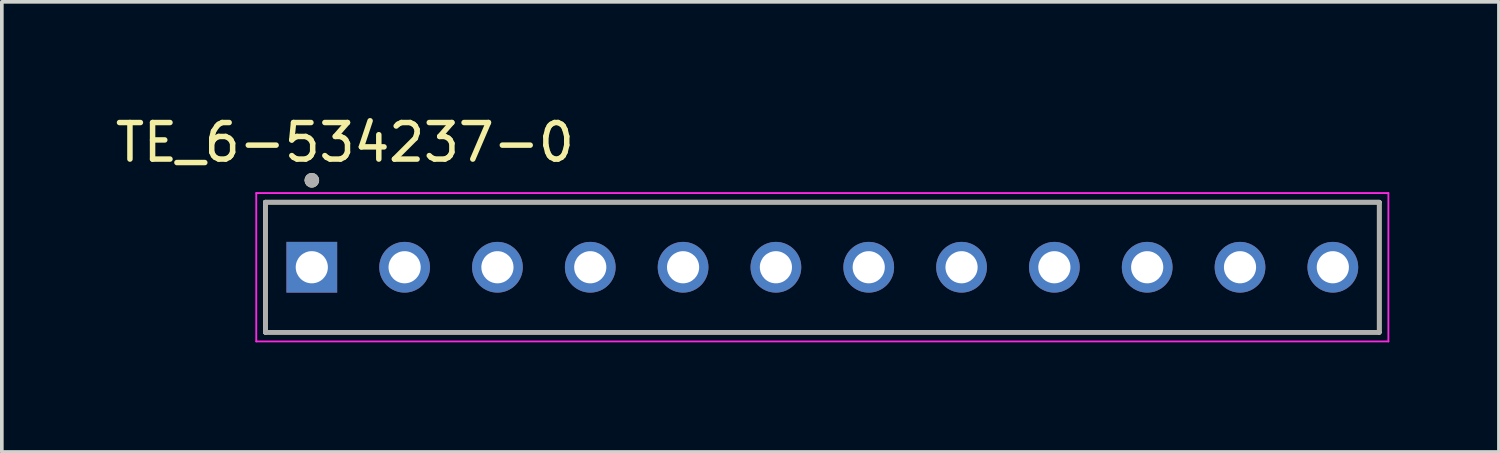
<source format=kicad_pcb>
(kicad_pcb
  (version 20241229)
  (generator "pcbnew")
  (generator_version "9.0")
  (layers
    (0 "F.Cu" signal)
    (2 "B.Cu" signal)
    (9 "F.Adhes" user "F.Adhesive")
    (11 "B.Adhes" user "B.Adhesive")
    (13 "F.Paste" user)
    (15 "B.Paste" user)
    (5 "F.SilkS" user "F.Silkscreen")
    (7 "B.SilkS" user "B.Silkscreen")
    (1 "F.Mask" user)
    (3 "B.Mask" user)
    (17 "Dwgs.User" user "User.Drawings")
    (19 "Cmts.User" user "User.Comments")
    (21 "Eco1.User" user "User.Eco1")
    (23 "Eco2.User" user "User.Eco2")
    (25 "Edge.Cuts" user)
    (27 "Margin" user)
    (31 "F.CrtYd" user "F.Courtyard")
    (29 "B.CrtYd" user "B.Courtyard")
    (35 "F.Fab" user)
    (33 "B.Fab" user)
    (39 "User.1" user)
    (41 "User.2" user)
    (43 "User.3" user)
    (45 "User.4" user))
  (footprint "TE_6-534237-0"
    (layer "F.Cu")
    (at 19.452 4.263)
    (property "Reference" "TE_6-534237-0" (at -13.065 -3.415 0) (layer "F.SilkS") (effects (font (size 1 1) (thickness 0.15))))
    (attr through_hole)
    (fp_line (start -15.24 -1.78) (end 15.24 -1.78) (stroke (width 0.127) (type solid)) (layer "F.SilkS"))
    (fp_line (start -15.24 1.78) (end -15.24 -1.78) (stroke (width 0.127) (type solid)) (layer "F.SilkS"))
    (fp_line (start 15.24 -1.78) (end 15.24 1.78) (stroke (width 0.127) (type solid)) (layer "F.SilkS"))
    (fp_line (start 15.24 1.78) (end -15.24 1.78) (stroke (width 0.127) (type solid)) (layer "F.SilkS"))
    (fp_circle (center -13.97 -2.38) (end -13.87 -2.38) (stroke (width 0.2) (type solid)) (fill no) (layer "F.SilkS"))
    (fp_line (start -15.49 -2.03) (end 15.49 -2.03) (stroke (width 0.05) (type solid)) (layer "F.CrtYd"))
    (fp_line (start -15.49 2.03) (end -15.49 -2.03) (stroke (width 0.05) (type solid)) (layer "F.CrtYd"))
    (fp_line (start 15.49 -2.03) (end 15.49 2.03) (stroke (width 0.05) (type solid)) (layer "F.CrtYd"))
    (fp_line (start 15.49 2.03) (end -15.49 2.03) (stroke (width 0.05) (type solid)) (layer "F.CrtYd"))
    (fp_line (start -15.24 -1.78) (end 15.24 -1.78) (stroke (width 0.127) (type solid)) (layer "F.Fab"))
    (fp_line (start -15.24 1.78) (end -15.24 -1.78) (stroke (width 0.127) (type solid)) (layer "F.Fab"))
    (fp_line (start 15.24 -1.78) (end 15.24 1.78) (stroke (width 0.127) (type solid)) (layer "F.Fab"))
    (fp_line (start 15.24 1.78) (end -15.24 1.78) (stroke (width 0.127) (type solid)) (layer "F.Fab"))
    (fp_circle (center -13.97 -2.38) (end -13.87 -2.38) (stroke (width 0.2) (type solid)) (fill no) (layer "F.Fab"))
    (pad "1" thru_hole rect (at -13.97 0) (size 1.388 1.388) (drill 0.88) (layers "*.Cu" "*.Mask"))
    (pad "2" thru_hole circle (at -11.43 0) (size 1.388 1.388) (drill 0.88) (layers "*.Cu" "*.Mask"))
    (pad "3" thru_hole circle (at -8.89 0) (size 1.388 1.388) (drill 0.88) (layers "*.Cu" "*.Mask"))
    (pad "4" thru_hole circle (at -6.35 0) (size 1.388 1.388) (drill 0.88) (layers "*.Cu" "*.Mask"))
    (pad "5" thru_hole circle (at -3.81 0) (size 1.388 1.388) (drill 0.88) (layers "*.Cu" "*.Mask"))
    (pad "6" thru_hole circle (at -1.27 0) (size 1.388 1.388) (drill 0.88) (layers "*.Cu" "*.Mask"))
    (pad "7" thru_hole circle (at 1.27 0) (size 1.388 1.388) (drill 0.88) (layers "*.Cu" "*.Mask"))
    (pad "8" thru_hole circle (at 3.81 0) (size 1.388 1.388) (drill 0.88) (layers "*.Cu" "*.Mask"))
    (pad "9" thru_hole circle (at 6.35 0) (size 1.388 1.388) (drill 0.88) (layers "*.Cu" "*.Mask"))
    (pad "10" thru_hole circle (at 8.89 0) (size 1.388 1.388) (drill 0.88) (layers "*.Cu" "*.Mask"))
    (pad "11" thru_hole circle (at 11.43 0) (size 1.388 1.388) (drill 0.88) (layers "*.Cu" "*.Mask"))
    (pad "12" thru_hole circle (at 13.97 0) (size 1.388 1.388) (drill 0.88) (layers "*.Cu" "*.Mask")))
  (gr_rect
    (start -3 -3)
    (end 37.967 9.318)
    (stroke (width 0.1) (type default))
    (fill no)
    (layer "Edge.Cuts")))
</source>
